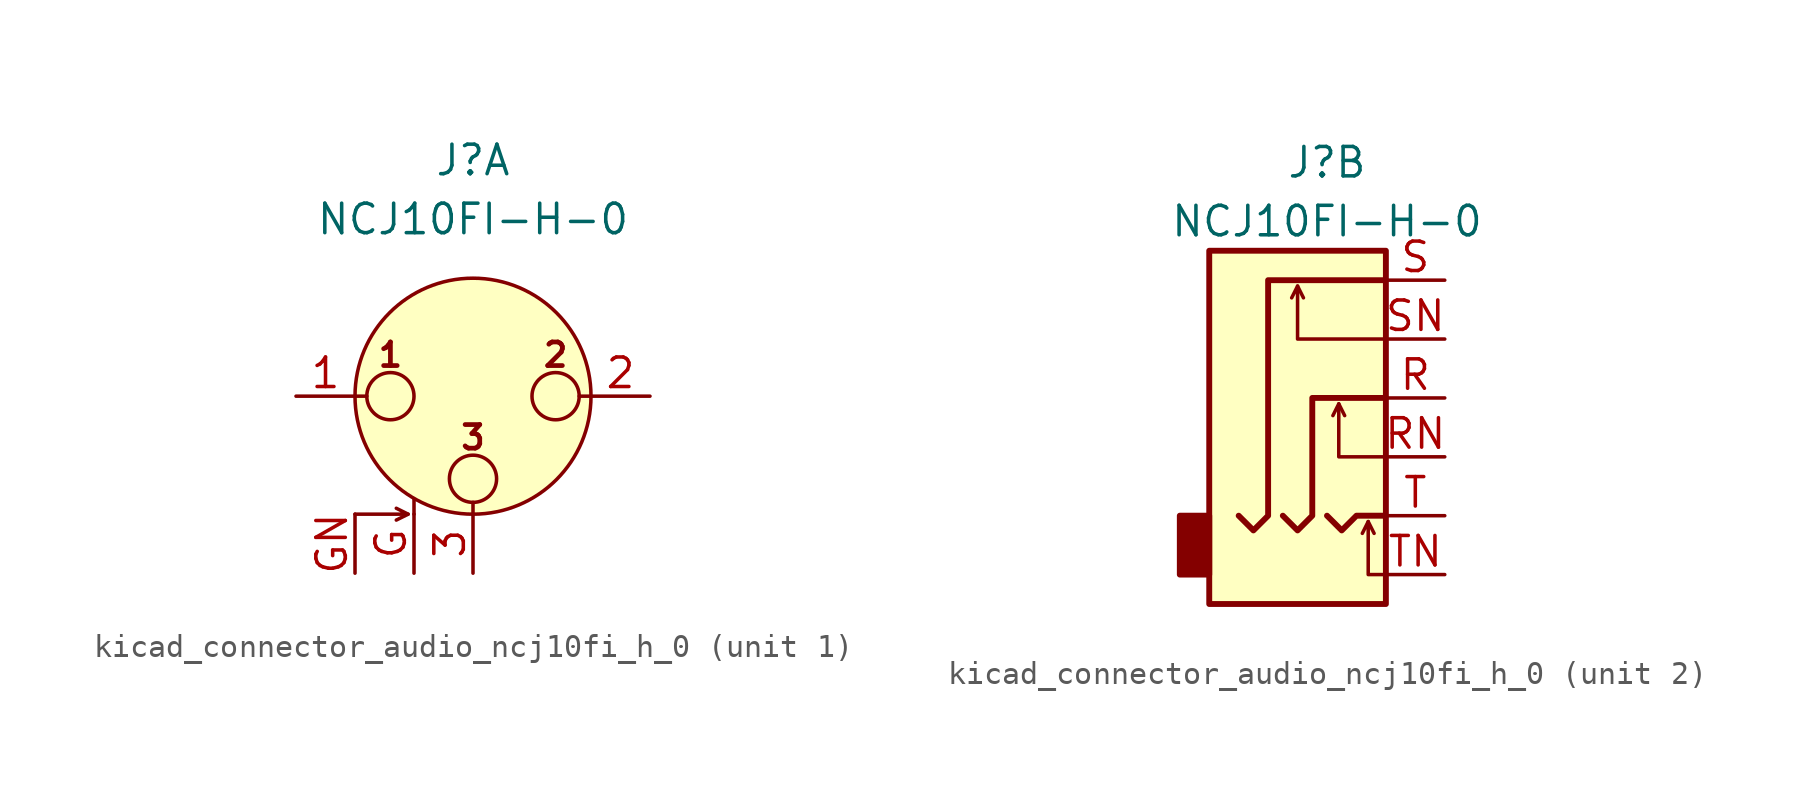
<source format=kicad_sym>
(kicad_symbol_lib
  (version 20220914)
  (generator kicad_symbol_editor)
  (symbol "kicad_connector_audio_ncj10fi_h_0"
    (pin_names hide)
    (property "Reference" "J"
      (at 0 10.16 0)
      (effects (font (size 1.27 1.27))))
    (property "Value" "NCJ10FI-H-0"
      (at 0 7.62 0)
      (effects (font (size 1.27 1.27))))
    (symbol "kicad_connector_audio_ncj10fi_h_0_1_1"
      (circle (center -3.556 0) (radius 1.016) (stroke (width 0) (type default)) (fill (type none)))
      (circle (center 0 -3.556) (radius 1.016) (stroke (width 0) (type default)) (fill (type none)))
      (polyline (pts (xy -5.08 0) (xy -4.572 0)) (stroke (width 0) (type default)) (fill (type none)))
      (polyline (pts (xy -2.794 -5.08) (xy -3.302 -5.334)) (stroke (width 0) (type default)) (fill (type none)))
      (polyline (pts (xy -2.54 -5.08) (xy -2.54 -4.445)) (stroke (width 0) (type default)) (fill (type none)))
      (polyline (pts (xy 0 -5.08) (xy 0 -4.572)) (stroke (width 0) (type default)) (fill (type none)))
      (polyline (pts (xy 5.08 0) (xy 4.572 0)) (stroke (width 0) (type default)) (fill (type none)))
      (polyline (pts (xy -5.08 -5.08) (xy -2.794 -5.08) (xy -3.302 -4.826)) (stroke (width 0) (type default)) (fill (type none)))
      (circle (center 0 0) (radius 5.08) (stroke (width 0) (type default)) (fill (type background)))
      (circle (center 3.556 0) (radius 1.016) (stroke (width 0) (type default)) (fill (type none)))
      (text "1" (at -3.556 1.778 0) (effects (font (size 1.016 1.016) bold)))
      (text "2" (at 3.556 1.778 0) (effects (font (size 1.016 1.016) bold)))
      (text "3" (at 0 -1.778 0) (effects (font (size 1.016 1.016) bold)))
      (pin passive line (at -7.62 0 0) (length 2.54) (name "~" (effects (font (size 1.27 1.27)))) (number "1" (effects (font (size 1.27 1.27)))))
      (pin passive line (at 7.62 0 180) (length 2.54) (name "~" (effects (font (size 1.27 1.27)))) (number "2" (effects (font (size 1.27 1.27)))))
      (pin passive line (at 0 -7.62 90) (length 2.54) (name "~" (effects (font (size 1.27 1.27)))) (number "3" (effects (font (size 1.27 1.27)))))
      (pin passive line (at -2.54 -7.62 90) (length 2.54) (name "~" (effects (font (size 1.27 1.27)))) (number "G" (effects (font (size 1.27 1.27)))))
      (pin passive line (at -5.08 -7.62 90) (length 2.54) (name "~" (effects (font (size 1.27 1.27)))) (number "GN" (effects (font (size 1.27 1.27))))))
    (symbol "kicad_connector_audio_ncj10fi_h_0_2_1"
      (rectangle (start -5.08 -5.08) (end -6.35 -7.62) (stroke (width 0.254) (type default)) (fill (type outline)))
      (polyline (pts (xy -1.27 4.826) (xy -1.016 4.318)) (stroke (width 0) (type default)) (fill (type none)))
      (polyline (pts (xy 0.508 -0.254) (xy 0.762 -0.762)) (stroke (width 0) (type default)) (fill (type none)))
      (polyline (pts (xy 1.778 -5.334) (xy 2.032 -5.842)) (stroke (width 0) (type default)) (fill (type none)))
      (polyline (pts (xy 0 -5.08) (xy 0.635 -5.715) (xy 1.27 -5.08) (xy 2.54 -5.08)) (stroke (width 0.254) (type default)) (fill (type none)))
      (polyline (pts (xy 2.54 -7.62) (xy 1.778 -7.62) (xy 1.778 -5.334) (xy 1.524 -5.842)) (stroke (width 0) (type default)) (fill (type none)))
      (polyline (pts (xy 2.54 -2.54) (xy 0.508 -2.54) (xy 0.508 -0.254) (xy 0.254 -0.762)) (stroke (width 0) (type default)) (fill (type none)))
      (polyline (pts (xy 2.54 2.54) (xy -1.27 2.54) (xy -1.27 4.826) (xy -1.524 4.318)) (stroke (width 0) (type default)) (fill (type none)))
      (polyline (pts (xy -1.905 -5.08) (xy -1.27 -5.715) (xy -0.635 -5.08) (xy -0.635 0) (xy 2.54 0)) (stroke (width 0.254) (type default)) (fill (type none)))
      (polyline (pts (xy 2.54 5.08) (xy -2.54 5.08) (xy -2.54 -5.08) (xy -3.175 -5.715) (xy -3.81 -5.08)) (stroke (width 0.254) (type default)) (fill (type none)))
      (rectangle (start 2.54 6.35) (end -5.08 -8.89) (stroke (width 0.254) (type default)) (fill (type background)))
      (pin passive line (at 5.08 0 180) (length 2.54) (name "~" (effects (font (size 1.27 1.27)))) (number "R" (effects (font (size 1.27 1.27)))))
      (pin passive line (at 5.08 -2.54 180) (length 2.54) (name "~" (effects (font (size 1.27 1.27)))) (number "RN" (effects (font (size 1.27 1.27)))))
      (pin passive line (at 5.08 5.08 180) (length 2.54) (name "~" (effects (font (size 1.27 1.27)))) (number "S" (effects (font (size 1.27 1.27)))))
      (pin passive line (at 5.08 2.54 180) (length 2.54) (name "~" (effects (font (size 1.27 1.27)))) (number "SN" (effects (font (size 1.27 1.27)))))
      (pin passive line (at 5.08 -5.08 180) (length 2.54) (name "~" (effects (font (size 1.27 1.27)))) (number "T" (effects (font (size 1.27 1.27)))))
      (pin passive line (at 5.08 -7.62 180) (length 2.54) (name "~" (effects (font (size 1.27 1.27)))) (number "TN" (effects (font (size 1.27 1.27))))))))
</source>
